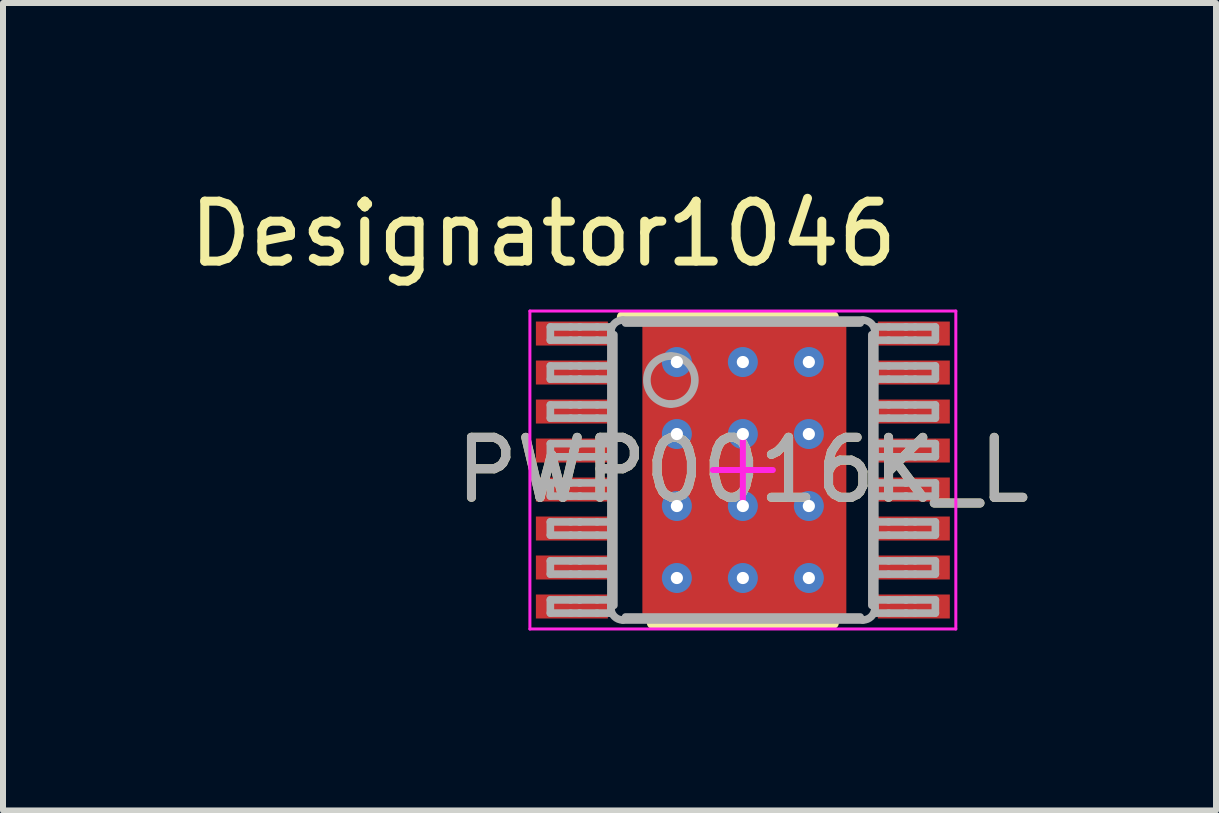
<source format=kicad_pcb>
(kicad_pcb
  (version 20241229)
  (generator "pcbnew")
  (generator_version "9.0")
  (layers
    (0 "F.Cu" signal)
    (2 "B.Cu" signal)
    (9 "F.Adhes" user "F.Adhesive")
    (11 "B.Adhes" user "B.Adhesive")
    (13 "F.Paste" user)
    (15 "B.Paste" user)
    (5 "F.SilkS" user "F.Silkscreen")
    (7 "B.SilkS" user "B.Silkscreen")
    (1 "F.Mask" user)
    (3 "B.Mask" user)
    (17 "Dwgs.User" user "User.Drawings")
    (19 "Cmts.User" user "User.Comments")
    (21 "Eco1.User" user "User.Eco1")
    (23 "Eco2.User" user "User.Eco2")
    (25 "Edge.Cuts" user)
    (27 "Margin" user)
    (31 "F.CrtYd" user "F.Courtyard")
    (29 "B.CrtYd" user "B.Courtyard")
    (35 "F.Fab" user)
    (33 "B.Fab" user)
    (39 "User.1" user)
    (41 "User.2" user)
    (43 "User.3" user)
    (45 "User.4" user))
  (footprint "PWP0016K_L"
    (layer "F.Cu")
    (at 9.333 4.785)
    (property "Reference" "PWP0016K_L" (at 0 0 0) (unlocked yes) (layer "F.SilkS") (effects (font (size 1 1) (thickness 0.15))))
    (attr smd)
    (fp_poly (pts (xy -1.23 1.109) (xy -1.23 -1.109) (xy -1.229 -1.118) (xy -1.226 -1.126) (xy -1.222 -1.134) (xy -1.216 -1.141) (xy -1.209 -1.147) (xy -1.201 -1.151) (xy -1.193 -1.154) (xy -1.184 -1.155) (xy 1.184 -1.155) (xy 1.193 -1.154) (xy 1.201 -1.151) (xy 1.209 -1.147) (xy 1.216 -1.141) (xy 1.222 -1.134) (xy 1.226 -1.126) (xy 1.229 -1.118) (xy 1.23 -1.109) (xy 1.23 1.109) (xy 1.229 1.118) (xy 1.226 1.126) (xy 1.222 1.134) (xy 1.216 1.141) (xy 1.209 1.147) (xy 1.201 1.151) (xy 1.193 1.154) (xy 1.184 1.155) (xy -1.184 1.155) (xy -1.193 1.154) (xy -1.201 1.151) (xy -1.209 1.147) (xy -1.216 1.141) (xy -1.222 1.134) (xy -1.226 1.126) (xy -1.229 1.118)) (stroke (width 0) (type solid)) (fill yes) (layer "F.Mask"))
    (fp_line (start -2 -2.55) (end 1.5 -2.55) (stroke (width 0.2) (type solid)) (layer "F.SilkS"))
    (fp_line (start -1.5 2.55) (end 1.5 2.55) (stroke (width 0.2) (type solid)) (layer "F.SilkS"))
    (fp_poly (pts (xy -1.23 1.109) (xy -1.23 -1.109) (xy -1.229 -1.118) (xy -1.226 -1.126) (xy -1.222 -1.134) (xy -1.216 -1.141) (xy -1.209 -1.147) (xy -1.201 -1.151) (xy -1.193 -1.154) (xy -1.184 -1.155) (xy 1.184 -1.155) (xy 1.193 -1.154) (xy 1.201 -1.151) (xy 1.209 -1.147) (xy 1.216 -1.141) (xy 1.222 -1.134) (xy 1.226 -1.126) (xy 1.229 -1.118) (xy 1.23 -1.109) (xy 1.23 1.109) (xy 1.229 1.118) (xy 1.226 1.126) (xy 1.222 1.134) (xy 1.216 1.141) (xy 1.209 1.147) (xy 1.201 1.151) (xy 1.193 1.154) (xy 1.184 1.155) (xy -1.184 1.155) (xy -1.193 1.154) (xy -1.201 1.151) (xy -1.209 1.147) (xy -1.216 1.141) (xy -1.222 1.134) (xy -1.226 1.126) (xy -1.229 1.118)) (stroke (width 0) (type solid)) (fill yes) (layer "F.Paste"))
    (fp_line (start -3.55 -2.65) (end 3.55 -2.65) (stroke (width 0.05) (type solid)) (layer "F.CrtYd"))
    (fp_line (start -3.55 2.65) (end -3.55 -2.65) (stroke (width 0.05) (type solid)) (layer "F.CrtYd"))
    (fp_line (start -3.55 2.65) (end 3.55 2.65) (stroke (width 0.05) (type solid)) (layer "F.CrtYd"))
    (fp_line (start -0.5 -0.000003) (end 0.5 -0.000003) (stroke (width 0.1) (type solid)) (layer "F.CrtYd"))
    (fp_line (start -0.000003 0.5) (end -0.000003 -0.5) (stroke (width 0.1) (type solid)) (layer "F.CrtYd"))
    (fp_line (start 3.55 2.65) (end 3.55 -2.65) (stroke (width 0.05) (type solid)) (layer "F.CrtYd"))
    (fp_line (start -3.209 -2.385) (end -2.871 -2.385) (stroke (width 0.127) (type solid)) (layer "F.Fab"))
    (fp_line (start -3.209 -2.165) (end -3.209 -2.385) (stroke (width 0.127) (type solid)) (layer "F.Fab"))
    (fp_line (start -3.209 -2.165) (end -2.871 -2.165) (stroke (width 0.127) (type solid)) (layer "F.Fab"))
    (fp_line (start -3.209 -1.735) (end -2.871 -1.735) (stroke (width 0.127) (type solid)) (layer "F.Fab"))
    (fp_line (start -3.209 -1.515) (end -3.209 -1.735) (stroke (width 0.127) (type solid)) (layer "F.Fab"))
    (fp_line (start -3.209 -1.515) (end -2.871 -1.515) (stroke (width 0.127) (type solid)) (layer "F.Fab"))
    (fp_line (start -3.209 -1.085) (end -2.871 -1.085) (stroke (width 0.127) (type solid)) (layer "F.Fab"))
    (fp_line (start -3.209 -0.865) (end -3.209 -1.085) (stroke (width 0.127) (type solid)) (layer "F.Fab"))
    (fp_line (start -3.209 -0.865) (end -2.871 -0.865) (stroke (width 0.127) (type solid)) (layer "F.Fab"))
    (fp_line (start -3.209 -0.44) (end -2.871 -0.44) (stroke (width 0.127) (type solid)) (layer "F.Fab"))
    (fp_line (start -3.209 -0.22) (end -3.209 -0.44) (stroke (width 0.127) (type solid)) (layer "F.Fab"))
    (fp_line (start -3.209 -0.22) (end -2.871 -0.22) (stroke (width 0.127) (type solid)) (layer "F.Fab"))
    (fp_line (start -3.209 0.215) (end -2.871 0.215) (stroke (width 0.127) (type solid)) (layer "F.Fab"))
    (fp_line (start -3.209 0.435) (end -3.209 0.215) (stroke (width 0.127) (type solid)) (layer "F.Fab"))
    (fp_line (start -3.209 0.435) (end -2.871 0.435) (stroke (width 0.127) (type solid)) (layer "F.Fab"))
    (fp_line (start -3.209 0.865) (end -2.871 0.865) (stroke (width 0.127) (type solid)) (layer "F.Fab"))
    (fp_line (start -3.209 1.085) (end -3.209 0.865) (stroke (width 0.127) (type solid)) (layer "F.Fab"))
    (fp_line (start -3.209 1.085) (end -2.871 1.085) (stroke (width 0.127) (type solid)) (layer "F.Fab"))
    (fp_line (start -3.209 1.515) (end -2.871 1.515) (stroke (width 0.127) (type solid)) (layer "F.Fab"))
    (fp_line (start -3.209 1.735) (end -3.209 1.515) (stroke (width 0.127) (type solid)) (layer "F.Fab"))
    (fp_line (start -3.209 1.735) (end -2.871 1.735) (stroke (width 0.127) (type solid)) (layer "F.Fab"))
    (fp_line (start -3.209 2.165) (end -2.871 2.165) (stroke (width 0.127) (type solid)) (layer "F.Fab"))
    (fp_line (start -3.209 2.385) (end -3.209 2.165) (stroke (width 0.127) (type solid)) (layer "F.Fab"))
    (fp_line (start -3.209 2.385) (end -2.871 2.385) (stroke (width 0.127) (type solid)) (layer "F.Fab"))
    (fp_line (start -2.871 -2.385) (end -2.723 -2.385) (stroke (width 0.127) (type solid)) (layer "F.Fab"))
    (fp_line (start -2.871 -2.165) (end -2.723 -2.165) (stroke (width 0.127) (type solid)) (layer "F.Fab"))
    (fp_line (start -2.871 -1.735) (end -2.723 -1.735) (stroke (width 0.127) (type solid)) (layer "F.Fab"))
    (fp_line (start -2.871 -1.515) (end -2.723 -1.515) (stroke (width 0.127) (type solid)) (layer "F.Fab"))
    (fp_line (start -2.871 -1.085) (end -2.723 -1.085) (stroke (width 0.127) (type solid)) (layer "F.Fab"))
    (fp_line (start -2.871 -0.865) (end -2.723 -0.865) (stroke (width 0.127) (type solid)) (layer "F.Fab"))
    (fp_line (start -2.871 -0.44) (end -2.723 -0.44) (stroke (width 0.127) (type solid)) (layer "F.Fab"))
    (fp_line (start -2.871 -0.22) (end -2.723 -0.22) (stroke (width 0.127) (type solid)) (layer "F.Fab"))
    (fp_line (start -2.871 0.215) (end -2.723 0.215) (stroke (width 0.127) (type solid)) (layer "F.Fab"))
    (fp_line (start -2.871 0.435) (end -2.723 0.435) (stroke (width 0.127) (type solid)) (layer "F.Fab"))
    (fp_line (start -2.871 0.865) (end -2.723 0.865) (stroke (width 0.127) (type solid)) (layer "F.Fab"))
    (fp_line (start -2.871 1.085) (end -2.723 1.085) (stroke (width 0.127) (type solid)) (layer "F.Fab"))
    (fp_line (start -2.871 1.515) (end -2.723 1.515) (stroke (width 0.127) (type solid)) (layer "F.Fab"))
    (fp_line (start -2.871 1.735) (end -2.723 1.735) (stroke (width 0.127) (type solid)) (layer "F.Fab"))
    (fp_line (start -2.871 2.165) (end -2.723 2.165) (stroke (width 0.127) (type solid)) (layer "F.Fab"))
    (fp_line (start -2.871 2.385) (end -2.723 2.385) (stroke (width 0.127) (type solid)) (layer "F.Fab"))
    (fp_line (start -2.723 -2.385) (end -2.714 -2.385) (stroke (width 0.127) (type solid)) (layer "F.Fab"))
    (fp_line (start -2.723 -2.165) (end -2.714 -2.165) (stroke (width 0.127) (type solid)) (layer "F.Fab"))
    (fp_line (start -2.723 -1.735) (end -2.714 -1.735) (stroke (width 0.127) (type solid)) (layer "F.Fab"))
    (fp_line (start -2.723 -1.515) (end -2.714 -1.515) (stroke (width 0.127) (type solid)) (layer "F.Fab"))
    (fp_line (start -2.723 -1.085) (end -2.714 -1.085) (stroke (width 0.127) (type solid)) (layer "F.Fab"))
    (fp_line (start -2.723 -0.865) (end -2.714 -0.865) (stroke (width 0.127) (type solid)) (layer "F.Fab"))
    (fp_line (start -2.723 -0.44) (end -2.714 -0.44) (stroke (width 0.127) (type solid)) (layer "F.Fab"))
    (fp_line (start -2.723 -0.22) (end -2.714 -0.22) (stroke (width 0.127) (type solid)) (layer "F.Fab"))
    (fp_line (start -2.723 0.215) (end -2.714 0.215) (stroke (width 0.127) (type solid)) (layer "F.Fab"))
    (fp_line (start -2.723 0.435) (end -2.714 0.435) (stroke (width 0.127) (type solid)) (layer "F.Fab"))
    (fp_line (start -2.723 0.865) (end -2.714 0.865) (stroke (width 0.127) (type solid)) (layer "F.Fab"))
    (fp_line (start -2.723 1.085) (end -2.714 1.085) (stroke (width 0.127) (type solid)) (layer "F.Fab"))
    (fp_line (start -2.723 1.515) (end -2.714 1.515) (stroke (width 0.127) (type solid)) (layer "F.Fab"))
    (fp_line (start -2.723 1.735) (end -2.714 1.735) (stroke (width 0.127) (type solid)) (layer "F.Fab"))
    (fp_line (start -2.723 2.165) (end -2.714 2.165) (stroke (width 0.127) (type solid)) (layer "F.Fab"))
    (fp_line (start -2.723 2.385) (end -2.714 2.385) (stroke (width 0.127) (type solid)) (layer "F.Fab"))
    (fp_line (start -2.714 -2.385) (end -2.429 -2.385) (stroke (width 0.127) (type solid)) (layer "F.Fab"))
    (fp_line (start -2.714 -2.165) (end -2.429 -2.165) (stroke (width 0.127) (type solid)) (layer "F.Fab"))
    (fp_line (start -2.714 -1.735) (end -2.429 -1.735) (stroke (width 0.127) (type solid)) (layer "F.Fab"))
    (fp_line (start -2.714 -1.515) (end -2.429 -1.515) (stroke (width 0.127) (type solid)) (layer "F.Fab"))
    (fp_line (start -2.714 -1.085) (end -2.429 -1.085) (stroke (width 0.127) (type solid)) (layer "F.Fab"))
    (fp_line (start -2.714 -0.865) (end -2.429 -0.865) (stroke (width 0.127) (type solid)) (layer "F.Fab"))
    (fp_line (start -2.714 -0.44) (end -2.429 -0.44) (stroke (width 0.127) (type solid)) (layer "F.Fab"))
    (fp_line (start -2.714 -0.22) (end -2.429 -0.22) (stroke (width 0.127) (type solid)) (layer "F.Fab"))
    (fp_line (start -2.714 0.215) (end -2.429 0.215) (stroke (width 0.127) (type solid)) (layer "F.Fab"))
    (fp_line (start -2.714 0.435) (end -2.429 0.435) (stroke (width 0.127) (type solid)) (layer "F.Fab"))
    (fp_line (start -2.714 0.865) (end -2.429 0.865) (stroke (width 0.127) (type solid)) (layer "F.Fab"))
    (fp_line (start -2.714 1.085) (end -2.429 1.085) (stroke (width 0.127) (type solid)) (layer "F.Fab"))
    (fp_line (start -2.714 1.515) (end -2.429 1.515) (stroke (width 0.127) (type solid)) (layer "F.Fab"))
    (fp_line (start -2.714 1.735) (end -2.429 1.735) (stroke (width 0.127) (type solid)) (layer "F.Fab"))
    (fp_line (start -2.714 2.165) (end -2.429 2.165) (stroke (width 0.127) (type solid)) (layer "F.Fab"))
    (fp_line (start -2.714 2.385) (end -2.429 2.385) (stroke (width 0.127) (type solid)) (layer "F.Fab"))
    (fp_line (start -2.429 -2.385) (end -2.2 -2.385) (stroke (width 0.127) (type solid)) (layer "F.Fab"))
    (fp_line (start -2.429 -2.165) (end -2.2 -2.165) (stroke (width 0.127) (type solid)) (layer "F.Fab"))
    (fp_line (start -2.429 -1.735) (end -2.2 -1.735) (stroke (width 0.127) (type solid)) (layer "F.Fab"))
    (fp_line (start -2.429 -1.515) (end -2.2 -1.515) (stroke (width 0.127) (type solid)) (layer "F.Fab"))
    (fp_line (start -2.429 -1.085) (end -2.2 -1.085) (stroke (width 0.127) (type solid)) (layer "F.Fab"))
    (fp_line (start -2.429 -0.865) (end -2.2 -0.865) (stroke (width 0.127) (type solid)) (layer "F.Fab"))
    (fp_line (start -2.429 -0.44) (end -2.2 -0.44) (stroke (width 0.127) (type solid)) (layer "F.Fab"))
    (fp_line (start -2.429 -0.22) (end -2.2 -0.22) (stroke (width 0.127) (type solid)) (layer "F.Fab"))
    (fp_line (start -2.429 0.215) (end -2.2 0.215) (stroke (width 0.127) (type solid)) (layer "F.Fab"))
    (fp_line (start -2.429 0.435) (end -2.2 0.435) (stroke (width 0.127) (type solid)) (layer "F.Fab"))
    (fp_line (start -2.429 0.865) (end -2.2 0.865) (stroke (width 0.127) (type solid)) (layer "F.Fab"))
    (fp_line (start -2.429 1.085) (end -2.2 1.085) (stroke (width 0.127) (type solid)) (layer "F.Fab"))
    (fp_line (start -2.429 1.515) (end -2.2 1.515) (stroke (width 0.127) (type solid)) (layer "F.Fab"))
    (fp_line (start -2.429 1.735) (end -2.2 1.735) (stroke (width 0.127) (type solid)) (layer "F.Fab"))
    (fp_line (start -2.429 2.165) (end -2.2 2.165) (stroke (width 0.127) (type solid)) (layer "F.Fab"))
    (fp_line (start -2.429 2.385) (end -2.2 2.385) (stroke (width 0.127) (type solid)) (layer "F.Fab"))
    (fp_line (start -2.2 -2.165) (end -2.2 -2.385) (stroke (width 0.127) (type solid)) (layer "F.Fab"))
    (fp_line (start -2.2 -1.515) (end -2.2 -1.735) (stroke (width 0.127) (type solid)) (layer "F.Fab"))
    (fp_line (start -2.2 -0.865) (end -2.2 -1.085) (stroke (width 0.127) (type solid)) (layer "F.Fab"))
    (fp_line (start -2.2 -0.22) (end -2.2 -0.44) (stroke (width 0.127) (type solid)) (layer "F.Fab"))
    (fp_line (start -2.2 0.435) (end -2.2 0.215) (stroke (width 0.127) (type solid)) (layer "F.Fab"))
    (fp_line (start -2.2 1.085) (end -2.2 0.865) (stroke (width 0.127) (type solid)) (layer "F.Fab"))
    (fp_line (start -2.2 1.735) (end -2.2 1.515) (stroke (width 0.127) (type solid)) (layer "F.Fab"))
    (fp_line (start -2.2 2.3) (end -2.2 -2.3) (stroke (width 0.127) (type solid)) (layer "F.Fab"))
    (fp_line (start -2.2 2.385) (end -2.2 2.165) (stroke (width 0.127) (type solid)) (layer "F.Fab"))
    (fp_line (start -2.15 2.256) (end -2.15 -2.256) (stroke (width 0.127) (type solid)) (layer "F.Fab"))
    (fp_line (start -2 -2.5) (end 2 -2.5) (stroke (width 0.127) (type solid)) (layer "F.Fab"))
    (fp_line (start -2 2.5) (end 2 2.5) (stroke (width 0.127) (type solid)) (layer "F.Fab"))
    (fp_line (start -1.956 -2.45) (end 1.956 -2.45) (stroke (width 0.127) (type solid)) (layer "F.Fab"))
    (fp_line (start -1.956 2.45) (end 1.956 2.45) (stroke (width 0.127) (type solid)) (layer "F.Fab"))
    (fp_line (start 2.15 2.256) (end 2.15 -2.256) (stroke (width 0.127) (type solid)) (layer "F.Fab"))
    (fp_line (start 2.2 -2.385) (end 2.429 -2.385) (stroke (width 0.127) (type solid)) (layer "F.Fab"))
    (fp_line (start 2.2 -2.165) (end 2.2 -2.385) (stroke (width 0.127) (type solid)) (layer "F.Fab"))
    (fp_line (start 2.2 -2.165) (end 2.429 -2.165) (stroke (width 0.127) (type solid)) (layer "F.Fab"))
    (fp_line (start 2.2 -1.735) (end 2.429 -1.735) (stroke (width 0.127) (type solid)) (layer "F.Fab"))
    (fp_line (start 2.2 -1.515) (end 2.2 -1.735) (stroke (width 0.127) (type solid)) (layer "F.Fab"))
    (fp_line (start 2.2 -1.515) (end 2.429 -1.515) (stroke (width 0.127) (type solid)) (layer "F.Fab"))
    (fp_line (start 2.2 -1.085) (end 2.429 -1.085) (stroke (width 0.127) (type solid)) (layer "F.Fab"))
    (fp_line (start 2.2 -0.865) (end 2.2 -1.085) (stroke (width 0.127) (type solid)) (layer "F.Fab"))
    (fp_line (start 2.2 -0.865) (end 2.429 -0.865) (stroke (width 0.127) (type solid)) (layer "F.Fab"))
    (fp_line (start 2.2 -0.44) (end 2.429 -0.44) (stroke (width 0.127) (type solid)) (layer "F.Fab"))
    (fp_line (start 2.2 -0.22) (end 2.2 -0.44) (stroke (width 0.127) (type solid)) (layer "F.Fab"))
    (fp_line (start 2.2 -0.22) (end 2.429 -0.22) (stroke (width 0.127) (type solid)) (layer "F.Fab"))
    (fp_line (start 2.2 0.215) (end 2.429 0.215) (stroke (width 0.127) (type solid)) (layer "F.Fab"))
    (fp_line (start 2.2 0.435) (end 2.2 0.215) (stroke (width 0.127) (type solid)) (layer "F.Fab"))
    (fp_line (start 2.2 0.435) (end 2.429 0.435) (stroke (width 0.127) (type solid)) (layer "F.Fab"))
    (fp_line (start 2.2 0.865) (end 2.429 0.865) (stroke (width 0.127) (type solid)) (layer "F.Fab"))
    (fp_line (start 2.2 1.085) (end 2.2 0.865) (stroke (width 0.127) (type solid)) (layer "F.Fab"))
    (fp_line (start 2.2 1.085) (end 2.429 1.085) (stroke (width 0.127) (type solid)) (layer "F.Fab"))
    (fp_line (start 2.2 1.515) (end 2.429 1.515) (stroke (width 0.127) (type solid)) (layer "F.Fab"))
    (fp_line (start 2.2 1.735) (end 2.2 1.515) (stroke (width 0.127) (type solid)) (layer "F.Fab"))
    (fp_line (start 2.2 1.735) (end 2.429 1.735) (stroke (width 0.127) (type solid)) (layer "F.Fab"))
    (fp_line (start 2.2 2.165) (end 2.429 2.165) (stroke (width 0.127) (type solid)) (layer "F.Fab"))
    (fp_line (start 2.2 2.3) (end 2.2 -2.3) (stroke (width 0.127) (type solid)) (layer "F.Fab"))
    (fp_line (start 2.2 2.385) (end 2.2 2.165) (stroke (width 0.127) (type solid)) (layer "F.Fab"))
    (fp_line (start 2.2 2.385) (end 2.429 2.385) (stroke (width 0.127) (type solid)) (layer "F.Fab"))
    (fp_line (start 2.429 -2.385) (end 2.714 -2.385) (stroke (width 0.127) (type solid)) (layer "F.Fab"))
    (fp_line (start 2.429 -2.165) (end 2.714 -2.165) (stroke (width 0.127) (type solid)) (layer "F.Fab"))
    (fp_line (start 2.429 -1.735) (end 2.714 -1.735) (stroke (width 0.127) (type solid)) (layer "F.Fab"))
    (fp_line (start 2.429 -1.515) (end 2.714 -1.515) (stroke (width 0.127) (type solid)) (layer "F.Fab"))
    (fp_line (start 2.429 -1.085) (end 2.714 -1.085) (stroke (width 0.127) (type solid)) (layer "F.Fab"))
    (fp_line (start 2.429 -0.865) (end 2.714 -0.865) (stroke (width 0.127) (type solid)) (layer "F.Fab"))
    (fp_line (start 2.429 -0.44) (end 2.714 -0.44) (stroke (width 0.127) (type solid)) (layer "F.Fab"))
    (fp_line (start 2.429 -0.22) (end 2.714 -0.22) (stroke (width 0.127) (type solid)) (layer "F.Fab"))
    (fp_line (start 2.429 0.215) (end 2.714 0.215) (stroke (width 0.127) (type solid)) (layer "F.Fab"))
    (fp_line (start 2.429 0.435) (end 2.714 0.435) (stroke (width 0.127) (type solid)) (layer "F.Fab"))
    (fp_line (start 2.429 0.865) (end 2.714 0.865) (stroke (width 0.127) (type solid)) (layer "F.Fab"))
    (fp_line (start 2.429 1.085) (end 2.714 1.085) (stroke (width 0.127) (type solid)) (layer "F.Fab"))
    (fp_line (start 2.429 1.515) (end 2.714 1.515) (stroke (width 0.127) (type solid)) (layer "F.Fab"))
    (fp_line (start 2.429 1.735) (end 2.714 1.735) (stroke (width 0.127) (type solid)) (layer "F.Fab"))
    (fp_line (start 2.429 2.165) (end 2.714 2.165) (stroke (width 0.127) (type solid)) (layer "F.Fab"))
    (fp_line (start 2.429 2.385) (end 2.714 2.385) (stroke (width 0.127) (type solid)) (layer "F.Fab"))
    (fp_line (start 2.714 -2.385) (end 2.723 -2.385) (stroke (width 0.127) (type solid)) (layer "F.Fab"))
    (fp_line (start 2.714 -2.165) (end 2.723 -2.165) (stroke (width 0.127) (type solid)) (layer "F.Fab"))
    (fp_line (start 2.714 -1.735) (end 2.723 -1.735) (stroke (width 0.127) (type solid)) (layer "F.Fab"))
    (fp_line (start 2.714 -1.515) (end 2.723 -1.515) (stroke (width 0.127) (type solid)) (layer "F.Fab"))
    (fp_line (start 2.714 -1.085) (end 2.723 -1.085) (stroke (width 0.127) (type solid)) (layer "F.Fab"))
    (fp_line (start 2.714 -0.865) (end 2.723 -0.865) (stroke (width 0.127) (type solid)) (layer "F.Fab"))
    (fp_line (start 2.714 -0.44) (end 2.723 -0.44) (stroke (width 0.127) (type solid)) (layer "F.Fab"))
    (fp_line (start 2.714 -0.22) (end 2.723 -0.22) (stroke (width 0.127) (type solid)) (layer "F.Fab"))
    (fp_line (start 2.714 0.215) (end 2.723 0.215) (stroke (width 0.127) (type solid)) (layer "F.Fab"))
    (fp_line (start 2.714 0.435) (end 2.723 0.435) (stroke (width 0.127) (type solid)) (layer "F.Fab"))
    (fp_line (start 2.714 0.865) (end 2.723 0.865) (stroke (width 0.127) (type solid)) (layer "F.Fab"))
    (fp_line (start 2.714 1.085) (end 2.723 1.085) (stroke (width 0.127) (type solid)) (layer "F.Fab"))
    (fp_line (start 2.714 1.515) (end 2.723 1.515) (stroke (width 0.127) (type solid)) (layer "F.Fab"))
    (fp_line (start 2.714 1.735) (end 2.723 1.735) (stroke (width 0.127) (type solid)) (layer "F.Fab"))
    (fp_line (start 2.714 2.165) (end 2.723 2.165) (stroke (width 0.127) (type solid)) (layer "F.Fab"))
    (fp_line (start 2.714 2.385) (end 2.723 2.385) (stroke (width 0.127) (type solid)) (layer "F.Fab"))
    (fp_line (start 2.723 -2.385) (end 2.871 -2.385) (stroke (width 0.127) (type solid)) (layer "F.Fab"))
    (fp_line (start 2.723 -2.165) (end 2.871 -2.165) (stroke (width 0.127) (type solid)) (layer "F.Fab"))
    (fp_line (start 2.723 -1.735) (end 2.871 -1.735) (stroke (width 0.127) (type solid)) (layer "F.Fab"))
    (fp_line (start 2.723 -1.515) (end 2.871 -1.515) (stroke (width 0.127) (type solid)) (layer "F.Fab"))
    (fp_line (start 2.723 -1.085) (end 2.871 -1.085) (stroke (width 0.127) (type solid)) (layer "F.Fab"))
    (fp_line (start 2.723 -0.865) (end 2.871 -0.865) (stroke (width 0.127) (type solid)) (layer "F.Fab"))
    (fp_line (start 2.723 -0.44) (end 2.871 -0.44) (stroke (width 0.127) (type solid)) (layer "F.Fab"))
    (fp_line (start 2.723 -0.22) (end 2.871 -0.22) (stroke (width 0.127) (type solid)) (layer "F.Fab"))
    (fp_line (start 2.723 0.215) (end 2.871 0.215) (stroke (width 0.127) (type solid)) (layer "F.Fab"))
    (fp_line (start 2.723 0.435) (end 2.871 0.435) (stroke (width 0.127) (type solid)) (layer "F.Fab"))
    (fp_line (start 2.723 0.865) (end 2.871 0.865) (stroke (width 0.127) (type solid)) (layer "F.Fab"))
    (fp_line (start 2.723 1.085) (end 2.871 1.085) (stroke (width 0.127) (type solid)) (layer "F.Fab"))
    (fp_line (start 2.723 1.515) (end 2.871 1.515) (stroke (width 0.127) (type solid)) (layer "F.Fab"))
    (fp_line (start 2.723 1.735) (end 2.871 1.735) (stroke (width 0.127) (type solid)) (layer "F.Fab"))
    (fp_line (start 2.723 2.165) (end 2.871 2.165) (stroke (width 0.127) (type solid)) (layer "F.Fab"))
    (fp_line (start 2.723 2.385) (end 2.871 2.385) (stroke (width 0.127) (type solid)) (layer "F.Fab"))
    (fp_line (start 2.871 -2.385) (end 3.209 -2.385) (stroke (width 0.127) (type solid)) (layer "F.Fab"))
    (fp_line (start 2.871 -2.165) (end 3.209 -2.165) (stroke (width 0.127) (type solid)) (layer "F.Fab"))
    (fp_line (start 2.871 -1.735) (end 3.209 -1.735) (stroke (width 0.127) (type solid)) (layer "F.Fab"))
    (fp_line (start 2.871 -1.515) (end 3.209 -1.515) (stroke (width 0.127) (type solid)) (layer "F.Fab"))
    (fp_line (start 2.871 -1.085) (end 3.209 -1.085) (stroke (width 0.127) (type solid)) (layer "F.Fab"))
    (fp_line (start 2.871 -0.865) (end 3.209 -0.865) (stroke (width 0.127) (type solid)) (layer "F.Fab"))
    (fp_line (start 2.871 -0.44) (end 3.209 -0.44) (stroke (width 0.127) (type solid)) (layer "F.Fab"))
    (fp_line (start 2.871 -0.22) (end 3.209 -0.22) (stroke (width 0.127) (type solid)) (layer "F.Fab"))
    (fp_line (start 2.871 0.215) (end 3.209 0.215) (stroke (width 0.127) (type solid)) (layer "F.Fab"))
    (fp_line (start 2.871 0.435) (end 3.209 0.435) (stroke (width 0.127) (type solid)) (layer "F.Fab"))
    (fp_line (start 2.871 0.865) (end 3.209 0.865) (stroke (width 0.127) (type solid)) (layer "F.Fab"))
    (fp_line (start 2.871 1.085) (end 3.209 1.085) (stroke (width 0.127) (type solid)) (layer "F.Fab"))
    (fp_line (start 2.871 1.515) (end 3.209 1.515) (stroke (width 0.127) (type solid)) (layer "F.Fab"))
    (fp_line (start 2.871 1.735) (end 3.209 1.735) (stroke (width 0.127) (type solid)) (layer "F.Fab"))
    (fp_line (start 2.871 2.165) (end 3.209 2.165) (stroke (width 0.127) (type solid)) (layer "F.Fab"))
    (fp_line (start 2.871 2.385) (end 3.209 2.385) (stroke (width 0.127) (type solid)) (layer "F.Fab"))
    (fp_line (start 3.209 -2.165) (end 3.209 -2.385) (stroke (width 0.127) (type solid)) (layer "F.Fab"))
    (fp_line (start 3.209 -1.515) (end 3.209 -1.735) (stroke (width 0.127) (type solid)) (layer "F.Fab"))
    (fp_line (start 3.209 -0.865) (end 3.209 -1.085) (stroke (width 0.127) (type solid)) (layer "F.Fab"))
    (fp_line (start 3.209 -0.22) (end 3.209 -0.44) (stroke (width 0.127) (type solid)) (layer "F.Fab"))
    (fp_line (start 3.209 0.435) (end 3.209 0.215) (stroke (width 0.127) (type solid)) (layer "F.Fab"))
    (fp_line (start 3.209 1.085) (end 3.209 0.865) (stroke (width 0.127) (type solid)) (layer "F.Fab"))
    (fp_line (start 3.209 1.735) (end 3.209 1.515) (stroke (width 0.127) (type solid)) (layer "F.Fab"))
    (fp_line (start 3.209 2.385) (end 3.209 2.165) (stroke (width 0.127) (type solid)) (layer "F.Fab"))
    (fp_arc (start -2.200001 -2.300018) (mid -2.141422 -2.441439) (end -2.000001 -2.500018) (stroke (width 0.127) (type solid)) (layer "F.Fab"))
    (fp_arc (start -2.000001 2.499998) (mid -2.141422 2.441419) (end -2.200001 2.299998) (stroke (width 0.127) (type solid)) (layer "F.Fab"))
    (fp_arc (start -1.200003 -1.900019) (mid -0.800003 -1.50002) (end -1.200003 -1.100021) (stroke (width 0.127) (type solid)) (layer "F.Fab"))
    (fp_arc (start -1.200003 -1.100021) (mid -1.600002 -1.50002) (end -1.200003 -1.900019) (stroke (width 0.127) (type solid)) (layer "F.Fab"))
    (fp_arc (start 1.999991 -2.500018) (mid 2.141412 -2.441439) (end 2.199991 -2.300018) (stroke (width 0.127) (type solid)) (layer "F.Fab"))
    (fp_arc (start 2.199991 2.299998) (mid 2.141412 2.441419) (end 1.999991 2.499998) (stroke (width 0.127) (type solid)) (layer "F.Fab"))
    (fp_text user "Designator1046" (at -3.327 -3.937 0) (unlocked yes) (layer "F.SilkS") (effects (font (size 1 1) (thickness 0.15))))
    (fp_text user "${REFERENCE}" (at 0 0 0) (unlocked yes) (layer "F.Fab") (effects (font (size 1 1) (thickness 0.15))))
    (pad "1" smd rect (at -2.85 -2.275 90) (size 0.4 1.2) (layers "F.Cu" "F.Mask" "F.Paste"))
    (pad "2" smd rect (at -2.85 -1.625 90) (size 0.4 1.2) (layers "F.Cu" "F.Mask" "F.Paste"))
    (pad "3" smd rect (at -2.85 -0.975 90) (size 0.4 1.2) (layers "F.Cu" "F.Mask" "F.Paste"))
    (pad "4" smd rect (at -2.85 -0.325 90) (size 0.4 1.2) (layers "F.Cu" "F.Mask" "F.Paste"))
    (pad "5" smd rect (at -2.85 0.325 90) (size 0.4 1.2) (layers "F.Cu" "F.Mask" "F.Paste"))
    (pad "6" smd rect (at -2.85 0.975 90) (size 0.4 1.2) (layers "F.Cu" "F.Mask" "F.Paste"))
    (pad "7" smd rect (at -2.85 1.625 90) (size 0.4 1.2) (layers "F.Cu" "F.Mask" "F.Paste"))
    (pad "8" smd rect (at -2.85 2.275 90) (size 0.4 1.2) (layers "F.Cu" "F.Mask" "F.Paste"))
    (pad "9" smd rect (at 2.85 2.275 90) (size 0.4 1.2) (layers "F.Cu" "F.Mask" "F.Paste"))
    (pad "10" smd rect (at 2.85 1.625 90) (size 0.4 1.2) (layers "F.Cu" "F.Mask" "F.Paste"))
    (pad "11" smd rect (at 2.85 0.975 90) (size 0.4 1.2) (layers "F.Cu" "F.Mask" "F.Paste"))
    (pad "12" smd rect (at 2.85 0.325 90) (size 0.4 1.2) (layers "F.Cu" "F.Mask" "F.Paste"))
    (pad "13" smd rect (at 2.85 -0.325 90) (size 0.4 1.2) (layers "F.Cu" "F.Mask" "F.Paste"))
    (pad "14" smd rect (at 2.85 -0.975 90) (size 0.4 1.2) (layers "F.Cu" "F.Mask" "F.Paste"))
    (pad "15" smd rect (at 2.85 -1.625 90) (size 0.4 1.2) (layers "F.Cu" "F.Mask" "F.Paste"))
    (pad "16" smd rect (at 2.85 -2.275 90) (size 0.4 1.2) (layers "F.Cu" "F.Mask" "F.Paste"))
    (pad "17" smd rect (at 0.025 -0.000003) (size 3.4 5) (layers "F.Cu" "F.Mask" "F.Paste"))
    (pad "18" thru_hole circle (at 0 -1.8) (size 0.5 0.5) (drill 0.203) (layers "*.Cu" "*.Mask"))
    (pad "19" thru_hole circle (at -1.1 -1.8) (size 0.5 0.5) (drill 0.203) (layers "*.Cu" "*.Mask"))
    (pad "20" thru_hole circle (at 1.1 -1.8) (size 0.5 0.5) (drill 0.203) (layers "*.Cu" "*.Mask"))
    (pad "21" thru_hole circle (at -1.1 1.8) (size 0.5 0.5) (drill 0.203) (layers "*.Cu" "*.Mask"))
    (pad "22" thru_hole circle (at 0 1.8) (size 0.5 0.5) (drill 0.203) (layers "*.Cu" "*.Mask"))
    (pad "23" thru_hole circle (at 1.1 1.8) (size 0.5 0.5) (drill 0.203) (layers "*.Cu" "*.Mask"))
    (pad "24" thru_hole circle (at 0 -0.6) (size 0.5 0.5) (drill 0.203) (layers "*.Cu" "*.Mask"))
    (pad "25" thru_hole circle (at 0 0.6) (size 0.5 0.5) (drill 0.203) (layers "*.Cu" "*.Mask"))
    (pad "26" thru_hole circle (at -1.1 -0.6) (size 0.5 0.5) (drill 0.203) (layers "*.Cu" "*.Mask"))
    (pad "27" thru_hole circle (at -1.1 0.6) (size 0.5 0.5) (drill 0.203) (layers "*.Cu" "*.Mask"))
    (pad "28" thru_hole circle (at 1.1 -0.6) (size 0.5 0.5) (drill 0.203) (layers "*.Cu" "*.Mask"))
    (pad "29" thru_hole circle (at 1.1 0.6) (size 0.5 0.5) (drill 0.203) (layers "*.Cu" "*.Mask")))
  (gr_rect
    (start -3 -3)
    (end 17.22 10.46)
    (stroke (width 0.1) (type default))
    (fill no)
    (layer "Edge.Cuts")))
</source>
